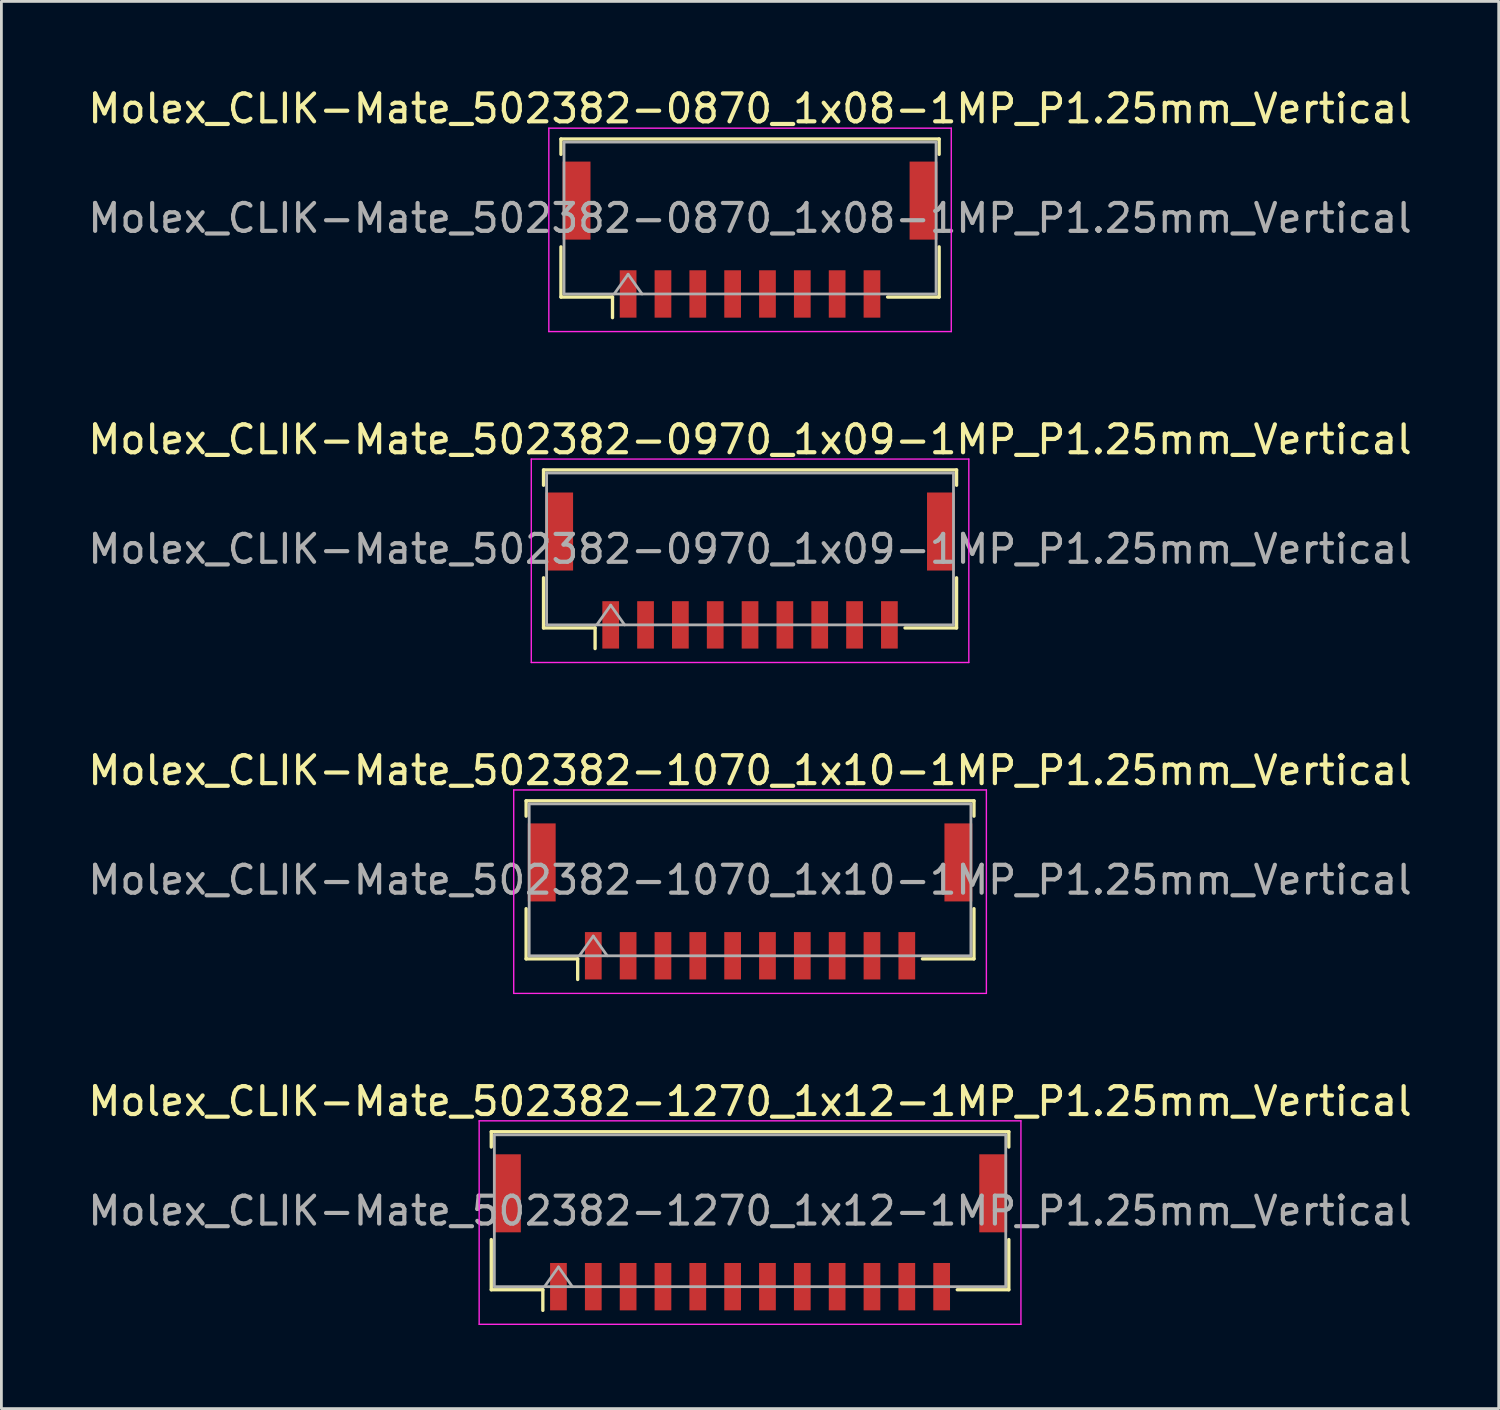
<source format=kicad_pcb>
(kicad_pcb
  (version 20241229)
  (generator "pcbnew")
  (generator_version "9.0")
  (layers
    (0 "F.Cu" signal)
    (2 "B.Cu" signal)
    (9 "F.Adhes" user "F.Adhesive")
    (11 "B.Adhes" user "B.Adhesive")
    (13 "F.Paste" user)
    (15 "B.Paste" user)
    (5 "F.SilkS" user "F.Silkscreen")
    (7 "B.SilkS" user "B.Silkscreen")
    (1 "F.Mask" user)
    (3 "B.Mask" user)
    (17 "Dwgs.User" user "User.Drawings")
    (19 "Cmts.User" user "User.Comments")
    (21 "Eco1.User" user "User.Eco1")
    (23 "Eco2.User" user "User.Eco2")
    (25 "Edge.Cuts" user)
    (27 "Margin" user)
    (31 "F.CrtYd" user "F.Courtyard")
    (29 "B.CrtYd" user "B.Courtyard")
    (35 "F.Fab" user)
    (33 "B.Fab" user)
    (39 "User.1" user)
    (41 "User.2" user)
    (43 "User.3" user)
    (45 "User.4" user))
  (footprint "Molex_CLIK-Mate_502382-1070_1x10-1MP_P1.25mm_Vertical"
    (layer "F.Cu")
    (at 23.863 29.295)
    (property "Reference" "Molex_CLIK-Mate_502382-1070_1x10-1MP_P1.25mm_Vertical" (at 0 -4.7 0) (layer "F.SilkS") (effects (font (size 1 1) (thickness 0.15))))
    (attr smd)
    (fp_line (start -8.035 -3.61) (end 8.035 -3.61) (stroke (width 0.12) (type solid)) (layer "F.SilkS"))
    (fp_line (start -8.035 -3.06) (end -8.035 -3.61) (stroke (width 0.12) (type solid)) (layer "F.SilkS"))
    (fp_line (start -8.035 0.26) (end -8.035 2.06) (stroke (width 0.12) (type solid)) (layer "F.SilkS"))
    (fp_line (start -8.035 2.06) (end -6.185 2.06) (stroke (width 0.12) (type solid)) (layer "F.SilkS"))
    (fp_line (start -6.185 2.06) (end -6.185 2.8) (stroke (width 0.12) (type solid)) (layer "F.SilkS"))
    (fp_line (start 8.035 -3.61) (end 8.035 -3.06) (stroke (width 0.12) (type solid)) (layer "F.SilkS"))
    (fp_line (start 8.035 0.26) (end 8.035 2.06) (stroke (width 0.12) (type solid)) (layer "F.SilkS"))
    (fp_line (start 8.035 2.06) (end 6.185 2.06) (stroke (width 0.12) (type solid)) (layer "F.SilkS"))
    (fp_line (start -8.48 -4) (end -8.48 3.3) (stroke (width 0.05) (type solid)) (layer "F.CrtYd"))
    (fp_line (start -8.48 3.3) (end 8.48 3.3) (stroke (width 0.05) (type solid)) (layer "F.CrtYd"))
    (fp_line (start 8.48 -4) (end -8.48 -4) (stroke (width 0.05) (type solid)) (layer "F.CrtYd"))
    (fp_line (start 8.48 3.3) (end 8.48 -4) (stroke (width 0.05) (type solid)) (layer "F.CrtYd"))
    (fp_line (start -7.925 -3.5) (end 7.925 -3.5) (stroke (width 0.1) (type solid)) (layer "F.Fab"))
    (fp_line (start -7.925 1.95) (end -7.925 -3.5) (stroke (width 0.1) (type solid)) (layer "F.Fab"))
    (fp_line (start -7.925 1.95) (end 7.925 1.95) (stroke (width 0.1) (type solid)) (layer "F.Fab"))
    (fp_line (start -6.125 1.95) (end -5.625 1.243) (stroke (width 0.1) (type solid)) (layer "F.Fab"))
    (fp_line (start -5.625 1.243) (end -5.125 1.95) (stroke (width 0.1) (type solid)) (layer "F.Fab"))
    (fp_line (start 7.925 1.95) (end 7.925 -3.5) (stroke (width 0.1) (type solid)) (layer "F.Fab"))
    (fp_text user "${REFERENCE}" (at 0 -0.77 0) (layer "F.Fab") (effects (font (size 1 1) (thickness 0.15))))
    (pad "1" smd rect (at -5.625 1.95) (size 0.6 1.7) (layers "F.Cu" "F.Mask" "F.Paste"))
    (pad "2" smd rect (at -4.375 1.95) (size 0.6 1.7) (layers "F.Cu" "F.Mask" "F.Paste"))
    (pad "3" smd rect (at -3.125 1.95) (size 0.6 1.7) (layers "F.Cu" "F.Mask" "F.Paste"))
    (pad "4" smd rect (at -1.875 1.95) (size 0.6 1.7) (layers "F.Cu" "F.Mask" "F.Paste"))
    (pad "5" smd rect (at -0.625 1.95) (size 0.6 1.7) (layers "F.Cu" "F.Mask" "F.Paste"))
    (pad "6" smd rect (at 0.625 1.95) (size 0.6 1.7) (layers "F.Cu" "F.Mask" "F.Paste"))
    (pad "7" smd rect (at 1.875 1.95) (size 0.6 1.7) (layers "F.Cu" "F.Mask" "F.Paste"))
    (pad "8" smd rect (at 3.125 1.95) (size 0.6 1.7) (layers "F.Cu" "F.Mask" "F.Paste"))
    (pad "9" smd rect (at 4.375 1.95) (size 0.6 1.7) (layers "F.Cu" "F.Mask" "F.Paste"))
    (pad "10" smd rect (at 5.625 1.95) (size 0.6 1.7) (layers "F.Cu" "F.Mask" "F.Paste"))
    (pad "MP" smd rect (at -7.475 -1.4) (size 1 2.8) (layers "F.Cu" "F.Mask" "F.Paste"))
    (pad "MP" smd rect (at 7.475 -1.4) (size 1 2.8) (layers "F.Cu" "F.Mask" "F.Paste")))
  (footprint "Molex_CLIK-Mate_502382-0970_1x09-1MP_P1.25mm_Vertical"
    (layer "F.Cu")
    (at 23.863 17.422)
    (property "Reference" "Molex_CLIK-Mate_502382-0970_1x09-1MP_P1.25mm_Vertical" (at 0 -4.7 0) (layer "F.SilkS") (effects (font (size 1 1) (thickness 0.15))))
    (attr smd)
    (fp_line (start -7.41 -3.61) (end 7.41 -3.61) (stroke (width 0.12) (type solid)) (layer "F.SilkS"))
    (fp_line (start -7.41 -3.06) (end -7.41 -3.61) (stroke (width 0.12) (type solid)) (layer "F.SilkS"))
    (fp_line (start -7.41 0.26) (end -7.41 2.06) (stroke (width 0.12) (type solid)) (layer "F.SilkS"))
    (fp_line (start -7.41 2.06) (end -5.56 2.06) (stroke (width 0.12) (type solid)) (layer "F.SilkS"))
    (fp_line (start -5.56 2.06) (end -5.56 2.8) (stroke (width 0.12) (type solid)) (layer "F.SilkS"))
    (fp_line (start 7.41 -3.61) (end 7.41 -3.06) (stroke (width 0.12) (type solid)) (layer "F.SilkS"))
    (fp_line (start 7.41 0.26) (end 7.41 2.06) (stroke (width 0.12) (type solid)) (layer "F.SilkS"))
    (fp_line (start 7.41 2.06) (end 5.56 2.06) (stroke (width 0.12) (type solid)) (layer "F.SilkS"))
    (fp_line (start -7.85 -4) (end -7.85 3.3) (stroke (width 0.05) (type solid)) (layer "F.CrtYd"))
    (fp_line (start -7.85 3.3) (end 7.85 3.3) (stroke (width 0.05) (type solid)) (layer "F.CrtYd"))
    (fp_line (start 7.85 -4) (end -7.85 -4) (stroke (width 0.05) (type solid)) (layer "F.CrtYd"))
    (fp_line (start 7.85 3.3) (end 7.85 -4) (stroke (width 0.05) (type solid)) (layer "F.CrtYd"))
    (fp_line (start -7.3 -3.5) (end 7.3 -3.5) (stroke (width 0.1) (type solid)) (layer "F.Fab"))
    (fp_line (start -7.3 1.95) (end -7.3 -3.5) (stroke (width 0.1) (type solid)) (layer "F.Fab"))
    (fp_line (start -7.3 1.95) (end 7.3 1.95) (stroke (width 0.1) (type solid)) (layer "F.Fab"))
    (fp_line (start -5.5 1.95) (end -5 1.243) (stroke (width 0.1) (type solid)) (layer "F.Fab"))
    (fp_line (start -5 1.243) (end -4.5 1.95) (stroke (width 0.1) (type solid)) (layer "F.Fab"))
    (fp_line (start 7.3 1.95) (end 7.3 -3.5) (stroke (width 0.1) (type solid)) (layer "F.Fab"))
    (fp_text user "${REFERENCE}" (at 0 -0.77 0) (layer "F.Fab") (effects (font (size 1 1) (thickness 0.15))))
    (pad "1" smd rect (at -5 1.95) (size 0.6 1.7) (layers "F.Cu" "F.Mask" "F.Paste"))
    (pad "2" smd rect (at -3.75 1.95) (size 0.6 1.7) (layers "F.Cu" "F.Mask" "F.Paste"))
    (pad "3" smd rect (at -2.5 1.95) (size 0.6 1.7) (layers "F.Cu" "F.Mask" "F.Paste"))
    (pad "4" smd rect (at -1.25 1.95) (size 0.6 1.7) (layers "F.Cu" "F.Mask" "F.Paste"))
    (pad "5" smd rect (at 0 1.95) (size 0.6 1.7) (layers "F.Cu" "F.Mask" "F.Paste"))
    (pad "6" smd rect (at 1.25 1.95) (size 0.6 1.7) (layers "F.Cu" "F.Mask" "F.Paste"))
    (pad "7" smd rect (at 2.5 1.95) (size 0.6 1.7) (layers "F.Cu" "F.Mask" "F.Paste"))
    (pad "8" smd rect (at 3.75 1.95) (size 0.6 1.7) (layers "F.Cu" "F.Mask" "F.Paste"))
    (pad "9" smd rect (at 5 1.95) (size 0.6 1.7) (layers "F.Cu" "F.Mask" "F.Paste"))
    (pad "MP" smd rect (at -6.85 -1.4) (size 1 2.8) (layers "F.Cu" "F.Mask" "F.Paste"))
    (pad "MP" smd rect (at 6.85 -1.4) (size 1 2.8) (layers "F.Cu" "F.Mask" "F.Paste")))
  (footprint "Molex_CLIK-Mate_502382-1270_1x12-1MP_P1.25mm_Vertical"
    (layer "F.Cu")
    (at 23.863 41.168)
    (property "Reference" "Molex_CLIK-Mate_502382-1270_1x12-1MP_P1.25mm_Vertical" (at 0 -4.7 0) (layer "F.SilkS") (effects (font (size 1 1) (thickness 0.15))))
    (attr smd)
    (fp_line (start -9.285 -3.61) (end 9.285 -3.61) (stroke (width 0.12) (type solid)) (layer "F.SilkS"))
    (fp_line (start -9.285 -3.06) (end -9.285 -3.61) (stroke (width 0.12) (type solid)) (layer "F.SilkS"))
    (fp_line (start -9.285 0.26) (end -9.285 2.06) (stroke (width 0.12) (type solid)) (layer "F.SilkS"))
    (fp_line (start -9.285 2.06) (end -7.435 2.06) (stroke (width 0.12) (type solid)) (layer "F.SilkS"))
    (fp_line (start -7.435 2.06) (end -7.435 2.8) (stroke (width 0.12) (type solid)) (layer "F.SilkS"))
    (fp_line (start 9.285 -3.61) (end 9.285 -3.06) (stroke (width 0.12) (type solid)) (layer "F.SilkS"))
    (fp_line (start 9.285 0.26) (end 9.285 2.06) (stroke (width 0.12) (type solid)) (layer "F.SilkS"))
    (fp_line (start 9.285 2.06) (end 7.435 2.06) (stroke (width 0.12) (type solid)) (layer "F.SilkS"))
    (fp_line (start -9.72 -4) (end -9.72 3.3) (stroke (width 0.05) (type solid)) (layer "F.CrtYd"))
    (fp_line (start -9.72 3.3) (end 9.72 3.3) (stroke (width 0.05) (type solid)) (layer "F.CrtYd"))
    (fp_line (start 9.72 -4) (end -9.72 -4) (stroke (width 0.05) (type solid)) (layer "F.CrtYd"))
    (fp_line (start 9.72 3.3) (end 9.72 -4) (stroke (width 0.05) (type solid)) (layer "F.CrtYd"))
    (fp_line (start -9.175 -3.5) (end 9.175 -3.5) (stroke (width 0.1) (type solid)) (layer "F.Fab"))
    (fp_line (start -9.175 1.95) (end -9.175 -3.5) (stroke (width 0.1) (type solid)) (layer "F.Fab"))
    (fp_line (start -9.175 1.95) (end 9.175 1.95) (stroke (width 0.1) (type solid)) (layer "F.Fab"))
    (fp_line (start -7.375 1.95) (end -6.875 1.243) (stroke (width 0.1) (type solid)) (layer "F.Fab"))
    (fp_line (start -6.875 1.243) (end -6.375 1.95) (stroke (width 0.1) (type solid)) (layer "F.Fab"))
    (fp_line (start 9.175 1.95) (end 9.175 -3.5) (stroke (width 0.1) (type solid)) (layer "F.Fab"))
    (fp_text user "${REFERENCE}" (at 0 -0.77 0) (layer "F.Fab") (effects (font (size 1 1) (thickness 0.15))))
    (pad "1" smd rect (at -6.875 1.95) (size 0.6 1.7) (layers "F.Cu" "F.Mask" "F.Paste"))
    (pad "2" smd rect (at -5.625 1.95) (size 0.6 1.7) (layers "F.Cu" "F.Mask" "F.Paste"))
    (pad "3" smd rect (at -4.375 1.95) (size 0.6 1.7) (layers "F.Cu" "F.Mask" "F.Paste"))
    (pad "4" smd rect (at -3.125 1.95) (size 0.6 1.7) (layers "F.Cu" "F.Mask" "F.Paste"))
    (pad "5" smd rect (at -1.875 1.95) (size 0.6 1.7) (layers "F.Cu" "F.Mask" "F.Paste"))
    (pad "6" smd rect (at -0.625 1.95) (size 0.6 1.7) (layers "F.Cu" "F.Mask" "F.Paste"))
    (pad "7" smd rect (at 0.625 1.95) (size 0.6 1.7) (layers "F.Cu" "F.Mask" "F.Paste"))
    (pad "8" smd rect (at 1.875 1.95) (size 0.6 1.7) (layers "F.Cu" "F.Mask" "F.Paste"))
    (pad "9" smd rect (at 3.125 1.95) (size 0.6 1.7) (layers "F.Cu" "F.Mask" "F.Paste"))
    (pad "10" smd rect (at 4.375 1.95) (size 0.6 1.7) (layers "F.Cu" "F.Mask" "F.Paste"))
    (pad "11" smd rect (at 5.625 1.95) (size 0.6 1.7) (layers "F.Cu" "F.Mask" "F.Paste"))
    (pad "12" smd rect (at 6.875 1.95) (size 0.6 1.7) (layers "F.Cu" "F.Mask" "F.Paste"))
    (pad "MP" smd rect (at -8.725 -1.4) (size 1 2.8) (layers "F.Cu" "F.Mask" "F.Paste"))
    (pad "MP" smd rect (at 8.725 -1.4) (size 1 2.8) (layers "F.Cu" "F.Mask" "F.Paste")))
  (footprint "Molex_CLIK-Mate_502382-0870_1x08-1MP_P1.25mm_Vertical"
    (layer "F.Cu")
    (at 23.863 5.548)
    (property "Reference" "Molex_CLIK-Mate_502382-0870_1x08-1MP_P1.25mm_Vertical" (at 0 -4.7 0) (layer "F.SilkS") (effects (font (size 1 1) (thickness 0.15))))
    (attr smd)
    (fp_line (start -6.785 -3.61) (end 6.785 -3.61) (stroke (width 0.12) (type solid)) (layer "F.SilkS"))
    (fp_line (start -6.785 -3.06) (end -6.785 -3.61) (stroke (width 0.12) (type solid)) (layer "F.SilkS"))
    (fp_line (start -6.785 0.26) (end -6.785 2.06) (stroke (width 0.12) (type solid)) (layer "F.SilkS"))
    (fp_line (start -6.785 2.06) (end -4.935 2.06) (stroke (width 0.12) (type solid)) (layer "F.SilkS"))
    (fp_line (start -4.935 2.06) (end -4.935 2.8) (stroke (width 0.12) (type solid)) (layer "F.SilkS"))
    (fp_line (start 6.785 -3.61) (end 6.785 -3.06) (stroke (width 0.12) (type solid)) (layer "F.SilkS"))
    (fp_line (start 6.785 0.26) (end 6.785 2.06) (stroke (width 0.12) (type solid)) (layer "F.SilkS"))
    (fp_line (start 6.785 2.06) (end 4.935 2.06) (stroke (width 0.12) (type solid)) (layer "F.SilkS"))
    (fp_line (start -7.22 -4) (end -7.22 3.3) (stroke (width 0.05) (type solid)) (layer "F.CrtYd"))
    (fp_line (start -7.22 3.3) (end 7.22 3.3) (stroke (width 0.05) (type solid)) (layer "F.CrtYd"))
    (fp_line (start 7.22 -4) (end -7.22 -4) (stroke (width 0.05) (type solid)) (layer "F.CrtYd"))
    (fp_line (start 7.22 3.3) (end 7.22 -4) (stroke (width 0.05) (type solid)) (layer "F.CrtYd"))
    (fp_line (start -6.675 -3.5) (end 6.675 -3.5) (stroke (width 0.1) (type solid)) (layer "F.Fab"))
    (fp_line (start -6.675 1.95) (end -6.675 -3.5) (stroke (width 0.1) (type solid)) (layer "F.Fab"))
    (fp_line (start -6.675 1.95) (end 6.675 1.95) (stroke (width 0.1) (type solid)) (layer "F.Fab"))
    (fp_line (start -4.875 1.95) (end -4.375 1.243) (stroke (width 0.1) (type solid)) (layer "F.Fab"))
    (fp_line (start -4.375 1.243) (end -3.875 1.95) (stroke (width 0.1) (type solid)) (layer "F.Fab"))
    (fp_line (start 6.675 1.95) (end 6.675 -3.5) (stroke (width 0.1) (type solid)) (layer "F.Fab"))
    (fp_text user "${REFERENCE}" (at 0 -0.77 0) (layer "F.Fab") (effects (font (size 1 1) (thickness 0.15))))
    (pad "1" smd rect (at -4.375 1.95) (size 0.6 1.7) (layers "F.Cu" "F.Mask" "F.Paste"))
    (pad "2" smd rect (at -3.125 1.95) (size 0.6 1.7) (layers "F.Cu" "F.Mask" "F.Paste"))
    (pad "3" smd rect (at -1.875 1.95) (size 0.6 1.7) (layers "F.Cu" "F.Mask" "F.Paste"))
    (pad "4" smd rect (at -0.625 1.95) (size 0.6 1.7) (layers "F.Cu" "F.Mask" "F.Paste"))
    (pad "5" smd rect (at 0.625 1.95) (size 0.6 1.7) (layers "F.Cu" "F.Mask" "F.Paste"))
    (pad "6" smd rect (at 1.875 1.95) (size 0.6 1.7) (layers "F.Cu" "F.Mask" "F.Paste"))
    (pad "7" smd rect (at 3.125 1.95) (size 0.6 1.7) (layers "F.Cu" "F.Mask" "F.Paste"))
    (pad "8" smd rect (at 4.375 1.95) (size 0.6 1.7) (layers "F.Cu" "F.Mask" "F.Paste"))
    (pad "MP" smd rect (at -6.225 -1.4) (size 1 2.8) (layers "F.Cu" "F.Mask" "F.Paste"))
    (pad "MP" smd rect (at 6.225 -1.4) (size 1 2.8) (layers "F.Cu" "F.Mask" "F.Paste")))
  (gr_rect
    (start -3 -3)
    (end 50.726 47.493)
    (stroke (width 0.1) (type default))
    (fill no)
    (layer "Edge.Cuts")))
</source>
